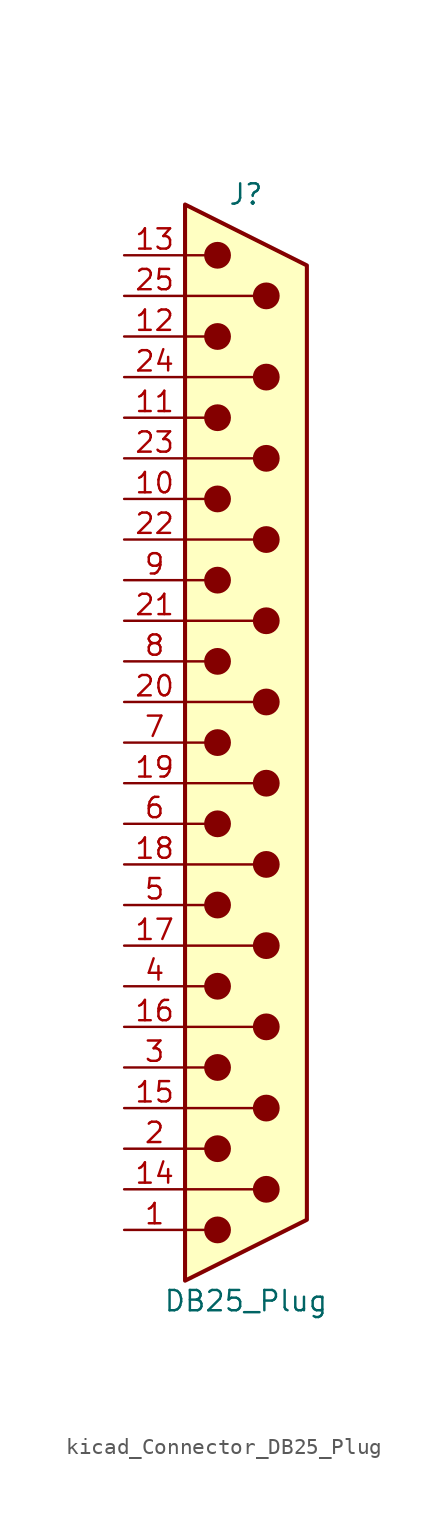
<source format=kicad_sym>
(kicad_symbol_lib
  (version 20220914)
  (generator kicad_symbol_editor)
  (symbol "kicad_Connector_DB25_Plug"
    (pin_names
      (offset 1.016) hide)
    (property "Reference" "J"
      (at 0 34.29 0)
      (effects (font (size 1.27 1.27))))
    (property "Value" "DB25_Plug"
      (at 0 -34.925 0)
      (effects (font (size 1.27 1.27))))
    (symbol "kicad_Connector_DB25_Plug_0_1"
      (circle (center -1.778 -30.48) (radius 0.762) (stroke (width 0) (type default)) (fill (type outline)))
      (circle (center -1.778 -25.4) (radius 0.762) (stroke (width 0) (type default)) (fill (type outline)))
      (circle (center -1.778 -20.32) (radius 0.762) (stroke (width 0) (type default)) (fill (type outline)))
      (circle (center -1.778 -15.24) (radius 0.762) (stroke (width 0) (type default)) (fill (type outline)))
      (circle (center -1.778 -10.16) (radius 0.762) (stroke (width 0) (type default)) (fill (type outline)))
      (circle (center -1.778 -5.08) (radius 0.762) (stroke (width 0) (type default)) (fill (type outline)))
      (circle (center -1.778 0) (radius 0.762) (stroke (width 0) (type default)) (fill (type outline)))
      (circle (center -1.778 5.08) (radius 0.762) (stroke (width 0) (type default)) (fill (type outline)))
      (circle (center -1.778 10.16) (radius 0.762) (stroke (width 0) (type default)) (fill (type outline)))
      (circle (center -1.778 15.24) (radius 0.762) (stroke (width 0) (type default)) (fill (type outline)))
      (circle (center -1.778 20.32) (radius 0.762) (stroke (width 0) (type default)) (fill (type outline)))
      (circle (center -1.778 25.4) (radius 0.762) (stroke (width 0) (type default)) (fill (type outline)))
      (circle (center -1.778 30.48) (radius 0.762) (stroke (width 0) (type default)) (fill (type outline)))
      (polyline (pts (xy -3.81 -30.48) (xy -2.54 -30.48)) (stroke (width 0) (type default)) (fill (type none)))
      (polyline (pts (xy -3.81 -27.94) (xy 0.508 -27.94)) (stroke (width 0) (type default)) (fill (type none)))
      (polyline (pts (xy -3.81 -25.4) (xy -2.54 -25.4)) (stroke (width 0) (type default)) (fill (type none)))
      (polyline (pts (xy -3.81 -22.86) (xy 0.508 -22.86)) (stroke (width 0) (type default)) (fill (type none)))
      (polyline (pts (xy -3.81 -20.32) (xy -2.54 -20.32)) (stroke (width 0) (type default)) (fill (type none)))
      (polyline (pts (xy -3.81 -17.78) (xy 0.508 -17.78)) (stroke (width 0) (type default)) (fill (type none)))
      (polyline (pts (xy -3.81 -15.24) (xy -2.54 -15.24)) (stroke (width 0) (type default)) (fill (type none)))
      (polyline (pts (xy -3.81 -12.7) (xy 0.508 -12.7)) (stroke (width 0) (type default)) (fill (type none)))
      (polyline (pts (xy -3.81 -10.16) (xy -2.54 -10.16)) (stroke (width 0) (type default)) (fill (type none)))
      (polyline (pts (xy -3.81 -7.62) (xy 0.508 -7.62)) (stroke (width 0) (type default)) (fill (type none)))
      (polyline (pts (xy -3.81 -5.08) (xy -2.54 -5.08)) (stroke (width 0) (type default)) (fill (type none)))
      (polyline (pts (xy -3.81 -2.54) (xy 0.508 -2.54)) (stroke (width 0) (type default)) (fill (type none)))
      (polyline (pts (xy -3.81 0) (xy -2.54 0)) (stroke (width 0) (type default)) (fill (type none)))
      (polyline (pts (xy -3.81 2.54) (xy 0.508 2.54)) (stroke (width 0) (type default)) (fill (type none)))
      (polyline (pts (xy -3.81 5.08) (xy -2.54 5.08)) (stroke (width 0) (type default)) (fill (type none)))
      (polyline (pts (xy -3.81 7.62) (xy 0.508 7.62)) (stroke (width 0) (type default)) (fill (type none)))
      (polyline (pts (xy -3.81 10.16) (xy -2.54 10.16)) (stroke (width 0) (type default)) (fill (type none)))
      (polyline (pts (xy -3.81 12.7) (xy 0.508 12.7)) (stroke (width 0) (type default)) (fill (type none)))
      (polyline (pts (xy -3.81 15.24) (xy -2.54 15.24)) (stroke (width 0) (type default)) (fill (type none)))
      (polyline (pts (xy -3.81 17.78) (xy 0.508 17.78)) (stroke (width 0) (type default)) (fill (type none)))
      (polyline (pts (xy -3.81 20.32) (xy -2.54 20.32)) (stroke (width 0) (type default)) (fill (type none)))
      (polyline (pts (xy -3.81 22.86) (xy 0.508 22.86)) (stroke (width 0) (type default)) (fill (type none)))
      (polyline (pts (xy -3.81 25.4) (xy -2.54 25.4)) (stroke (width 0) (type default)) (fill (type none)))
      (polyline (pts (xy -3.81 27.94) (xy 0.508 27.94)) (stroke (width 0) (type default)) (fill (type none)))
      (polyline (pts (xy -3.81 30.48) (xy -2.54 30.48)) (stroke (width 0) (type default)) (fill (type none)))
      (polyline (pts (xy -3.81 -33.655) (xy 3.81 -29.845) (xy 3.81 29.845) (xy -3.81 33.655) (xy -3.81 -33.655)) (stroke (width 0.254) (type default)) (fill (type background)))
      (circle (center 1.27 -27.94) (radius 0.762) (stroke (width 0) (type default)) (fill (type outline)))
      (circle (center 1.27 -22.86) (radius 0.762) (stroke (width 0) (type default)) (fill (type outline)))
      (circle (center 1.27 -17.78) (radius 0.762) (stroke (width 0) (type default)) (fill (type outline)))
      (circle (center 1.27 -12.7) (radius 0.762) (stroke (width 0) (type default)) (fill (type outline)))
      (circle (center 1.27 -7.62) (radius 0.762) (stroke (width 0) (type default)) (fill (type outline)))
      (circle (center 1.27 -2.54) (radius 0.762) (stroke (width 0) (type default)) (fill (type outline)))
      (circle (center 1.27 2.54) (radius 0.762) (stroke (width 0) (type default)) (fill (type outline)))
      (circle (center 1.27 7.62) (radius 0.762) (stroke (width 0) (type default)) (fill (type outline)))
      (circle (center 1.27 12.7) (radius 0.762) (stroke (width 0) (type default)) (fill (type outline)))
      (circle (center 1.27 17.78) (radius 0.762) (stroke (width 0) (type default)) (fill (type outline)))
      (circle (center 1.27 22.86) (radius 0.762) (stroke (width 0) (type default)) (fill (type outline)))
      (circle (center 1.27 27.94) (radius 0.762) (stroke (width 0) (type default)) (fill (type outline))))
    (symbol "kicad_Connector_DB25_Plug_1_1"
      (pin passive line (at -7.62 -30.48 0) (length 3.81) (name "1" (effects (font (size 1.27 1.27)))) (number "1" (effects (font (size 1.27 1.27)))))
      (pin passive line (at -7.62 15.24 0) (length 3.81) (name "10" (effects (font (size 1.27 1.27)))) (number "10" (effects (font (size 1.27 1.27)))))
      (pin passive line (at -7.62 20.32 0) (length 3.81) (name "11" (effects (font (size 1.27 1.27)))) (number "11" (effects (font (size 1.27 1.27)))))
      (pin passive line (at -7.62 25.4 0) (length 3.81) (name "12" (effects (font (size 1.27 1.27)))) (number "12" (effects (font (size 1.27 1.27)))))
      (pin passive line (at -7.62 30.48 0) (length 3.81) (name "13" (effects (font (size 1.27 1.27)))) (number "13" (effects (font (size 1.27 1.27)))))
      (pin passive line (at -7.62 -27.94 0) (length 3.81) (name "P14" (effects (font (size 1.27 1.27)))) (number "14" (effects (font (size 1.27 1.27)))))
      (pin passive line (at -7.62 -22.86 0) (length 3.81) (name "P15" (effects (font (size 1.27 1.27)))) (number "15" (effects (font (size 1.27 1.27)))))
      (pin passive line (at -7.62 -17.78 0) (length 3.81) (name "P16" (effects (font (size 1.27 1.27)))) (number "16" (effects (font (size 1.27 1.27)))))
      (pin passive line (at -7.62 -12.7 0) (length 3.81) (name "P17" (effects (font (size 1.27 1.27)))) (number "17" (effects (font (size 1.27 1.27)))))
      (pin passive line (at -7.62 -7.62 0) (length 3.81) (name "P18" (effects (font (size 1.27 1.27)))) (number "18" (effects (font (size 1.27 1.27)))))
      (pin passive line (at -7.62 -2.54 0) (length 3.81) (name "P19" (effects (font (size 1.27 1.27)))) (number "19" (effects (font (size 1.27 1.27)))))
      (pin passive line (at -7.62 -25.4 0) (length 3.81) (name "2" (effects (font (size 1.27 1.27)))) (number "2" (effects (font (size 1.27 1.27)))))
      (pin passive line (at -7.62 2.54 0) (length 3.81) (name "P20" (effects (font (size 1.27 1.27)))) (number "20" (effects (font (size 1.27 1.27)))))
      (pin passive line (at -7.62 7.62 0) (length 3.81) (name "P21" (effects (font (size 1.27 1.27)))) (number "21" (effects (font (size 1.27 1.27)))))
      (pin passive line (at -7.62 12.7 0) (length 3.81) (name "P22" (effects (font (size 1.27 1.27)))) (number "22" (effects (font (size 1.27 1.27)))))
      (pin passive line (at -7.62 17.78 0) (length 3.81) (name "P23" (effects (font (size 1.27 1.27)))) (number "23" (effects (font (size 1.27 1.27)))))
      (pin passive line (at -7.62 22.86 0) (length 3.81) (name "P24" (effects (font (size 1.27 1.27)))) (number "24" (effects (font (size 1.27 1.27)))))
      (pin passive line (at -7.62 27.94 0) (length 3.81) (name "P25" (effects (font (size 1.27 1.27)))) (number "25" (effects (font (size 1.27 1.27)))))
      (pin passive line (at -7.62 -20.32 0) (length 3.81) (name "3" (effects (font (size 1.27 1.27)))) (number "3" (effects (font (size 1.27 1.27)))))
      (pin passive line (at -7.62 -15.24 0) (length 3.81) (name "4" (effects (font (size 1.27 1.27)))) (number "4" (effects (font (size 1.27 1.27)))))
      (pin passive line (at -7.62 -10.16 0) (length 3.81) (name "5" (effects (font (size 1.27 1.27)))) (number "5" (effects (font (size 1.27 1.27)))))
      (pin passive line (at -7.62 -5.08 0) (length 3.81) (name "6" (effects (font (size 1.27 1.27)))) (number "6" (effects (font (size 1.27 1.27)))))
      (pin passive line (at -7.62 0 0) (length 3.81) (name "7" (effects (font (size 1.27 1.27)))) (number "7" (effects (font (size 1.27 1.27)))))
      (pin passive line (at -7.62 5.08 0) (length 3.81) (name "8" (effects (font (size 1.27 1.27)))) (number "8" (effects (font (size 1.27 1.27)))))
      (pin passive line (at -7.62 10.16 0) (length 3.81) (name "9" (effects (font (size 1.27 1.27)))) (number "9" (effects (font (size 1.27 1.27))))))))
</source>
